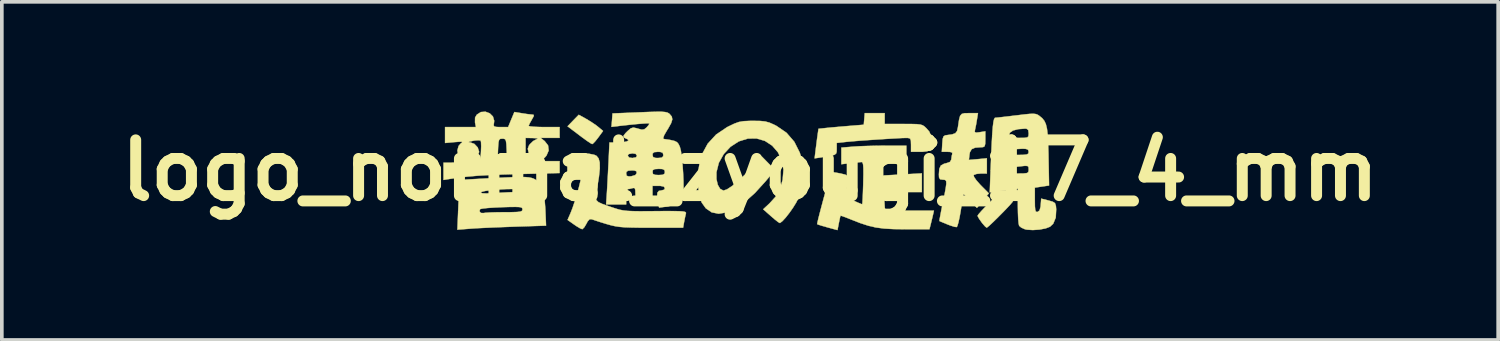
<source format=kicad_pcb>
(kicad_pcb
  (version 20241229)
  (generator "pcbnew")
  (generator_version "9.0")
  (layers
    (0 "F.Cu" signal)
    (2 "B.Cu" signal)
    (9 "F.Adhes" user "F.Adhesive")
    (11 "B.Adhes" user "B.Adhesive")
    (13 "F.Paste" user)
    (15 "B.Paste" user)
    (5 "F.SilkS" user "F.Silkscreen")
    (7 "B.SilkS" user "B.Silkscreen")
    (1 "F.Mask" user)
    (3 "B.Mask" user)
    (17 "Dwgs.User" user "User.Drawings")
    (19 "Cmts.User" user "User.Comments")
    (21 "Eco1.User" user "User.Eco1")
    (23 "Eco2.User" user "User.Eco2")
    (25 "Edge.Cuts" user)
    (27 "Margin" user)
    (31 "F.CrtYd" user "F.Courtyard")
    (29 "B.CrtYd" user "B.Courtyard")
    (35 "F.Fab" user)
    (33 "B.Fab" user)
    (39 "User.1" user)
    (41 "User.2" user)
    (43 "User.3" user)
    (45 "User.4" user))
  (footprint "logo_normal_zyougi_17_4_mm"
    (layer "F.Cu")
    (at 17.461 1.61)
    (property "Reference" "logo_normal_zyougi_17_4_mm" (at 0 0 0) (layer "F.SilkS") (effects (font (size 1.524 1.524) (thickness 0.3))))
    (attr through_hole)
    (fp_poly (pts (xy -4.491 -1.415) (xy -4.344 -1.326) (xy -4.202 -1.229) (xy -4.158 -1.194) (xy -4.019 -1.079) (xy -4.151 -0.899) (xy -4.231 -0.798) (xy -4.294 -0.733) (xy -4.316 -0.72) (xy -4.362 -0.744) (xy -4.458 -0.808) (xy -4.588 -0.902) (xy -4.669 -0.963) (xy -4.99 -1.206) (xy -4.837 -1.364) (xy -4.684 -1.521) (xy -4.491 -1.415)) (stroke (width 0.01) (type solid)) (fill yes) (layer "F.SilkS"))
    (fp_poly (pts (xy 7.013 0.702) (xy 7.112 0.775) (xy 7.18 0.825) (xy 7.194 0.836) (xy 7.174 0.868) (xy 7.107 0.946) (xy 7.006 1.054) (xy 6.885 1.178) (xy 6.759 1.305) (xy 6.641 1.42) (xy 6.545 1.51) (xy 6.484 1.56) (xy 6.472 1.566) (xy 6.432 1.536) (xy 6.364 1.459) (xy 6.334 1.421) (xy 6.266 1.324) (xy 6.227 1.254) (xy 6.223 1.24) (xy 6.251 1.197) (xy 6.328 1.109) (xy 6.44 0.991) (xy 6.536 0.893) (xy 6.85 0.582) (xy 7.013 0.702)) (stroke (width 0.01) (type solid)) (fill yes) (layer "F.SilkS"))
    (fp_poly (pts (xy 3.683 -1.27) (xy 4.194 -1.27) (xy 4.41 -1.269) (xy 4.558 -1.265) (xy 4.657 -1.254) (xy 4.724 -1.233) (xy 4.775 -1.198) (xy 4.829 -1.146) (xy 4.904 -1.059) (xy 4.941 -0.968) (xy 4.953 -0.838) (xy 4.953 -0.791) (xy 4.947 -0.651) (xy 4.918 -0.567) (xy 4.849 -0.524) (xy 4.723 -0.509) (xy 4.611 -0.508) (xy 4.403 -0.508) (xy 4.403 -0.699) (xy 4.399 -0.816) (xy 4.378 -0.871) (xy 4.322 -0.887) (xy 4.265 -0.888) (xy 4.15 -0.885) (xy 3.971 -0.875) (xy 3.747 -0.862) (xy 3.497 -0.846) (xy 3.242 -0.829) (xy 3.001 -0.812) (xy 2.795 -0.795) (xy 2.642 -0.781) (xy 2.614 -0.778) (xy 2.371 -0.751) (xy 2.371 -0.591) (xy 2.369 -0.513) (xy 2.355 -0.462) (xy 2.313 -0.428) (xy 2.228 -0.402) (xy 2.084 -0.377) (xy 1.952 -0.357) (xy 1.766 -0.329) (xy 1.794 -0.556) (xy 1.816 -0.728) (xy 1.838 -0.899) (xy 1.847 -0.961) (xy 1.872 -1.138) (xy 2.089 -1.161) (xy 2.233 -1.175) (xy 2.426 -1.192) (xy 2.636 -1.21) (xy 2.709 -1.216) (xy 3.111 -1.249) (xy 3.138 -1.566) (xy 3.683 -1.566) (xy 3.683 -1.27)) (stroke (width 0.01) (type solid)) (fill yes) (layer "F.SilkS"))
    (fp_poly (pts (xy -4.406 -0.456) (xy -4.263 -0.428) (xy -4.2 -0.4) (xy -4.142 -0.33) (xy -4.111 -0.217) (xy -4.108 -0.051) (xy -4.132 0.178) (xy -4.175 0.439) (xy -4.207 0.613) (xy -4.221 0.731) (xy -4.204 0.811) (xy -4.146 0.868) (xy -4.036 0.919) (xy -3.862 0.98) (xy -3.789 1.005) (xy -3.671 1.044) (xy -3.57 1.074) (xy -3.469 1.094) (xy -3.354 1.107) (xy -3.208 1.114) (xy -3.018 1.117) (xy -2.767 1.116) (xy -2.591 1.114) (xy -2.3 1.112) (xy -2.084 1.113) (xy -1.931 1.116) (xy -1.832 1.123) (xy -1.776 1.135) (xy -1.753 1.152) (xy -1.752 1.175) (xy -1.753 1.178) (xy -1.774 1.266) (xy -1.798 1.389) (xy -1.802 1.408) (xy -1.83 1.566) (xy -2.709 1.566) (xy -3.012 1.566) (xy -3.246 1.562) (xy -3.427 1.556) (xy -3.569 1.544) (xy -3.688 1.526) (xy -3.8 1.501) (xy -3.921 1.467) (xy -3.922 1.467) (xy -4.087 1.416) (xy -4.226 1.371) (xy -4.316 1.34) (xy -4.327 1.336) (xy -4.385 1.333) (xy -4.439 1.392) (xy -4.473 1.456) (xy -4.529 1.552) (xy -4.58 1.604) (xy -4.59 1.607) (xy -4.649 1.583) (xy -4.747 1.524) (xy -4.813 1.479) (xy -4.99 1.354) (xy -4.911 1.174) (xy -4.856 1.034) (xy -4.795 0.853) (xy -4.734 0.654) (xy -4.679 0.458) (xy -4.638 0.29) (xy -4.616 0.17) (xy -4.614 0.143) (xy -4.618 0.079) (xy -4.643 0.051) (xy -4.709 0.053) (xy -4.837 0.081) (xy -4.995 0.118) (xy -4.995 -0.133) (xy -4.992 -0.275) (xy -4.976 -0.356) (xy -4.939 -0.4) (xy -4.887 -0.424) (xy -4.749 -0.455) (xy -4.578 -0.466) (xy -4.406 -0.456)) (stroke (width 0.01) (type solid)) (fill yes) (layer "F.SilkS"))
    (fp_poly (pts (xy 0.278 -1.352) (xy 0.415 -1.338) (xy 0.532 -1.306) (xy 0.659 -1.25) (xy 0.725 -1.216) (xy 0.998 -1.029) (xy 1.211 -0.783) (xy 1.36 -0.486) (xy 1.376 -0.437) (xy 1.423 -0.201) (xy 1.435 0.08) (xy 1.414 0.371) (xy 1.361 0.639) (xy 1.321 0.762) (xy 1.263 0.879) (xy 1.177 1.018) (xy 1.076 1.162) (xy 0.974 1.292) (xy 0.884 1.389) (xy 0.821 1.437) (xy 0.812 1.438) (xy 0.768 1.412) (xy 0.68 1.343) (xy 0.572 1.25) (xy 0.36 1.063) (xy 0.533 0.902) (xy 0.703 0.715) (xy 0.816 0.513) (xy 0.891 0.261) (xy 0.892 0.257) (xy 0.915 -0.018) (xy 0.869 -0.272) (xy 0.763 -0.496) (xy 0.606 -0.677) (xy 0.407 -0.807) (xy 0.175 -0.874) (xy -0.058 -0.871) (xy -0.308 -0.793) (xy -0.534 -0.646) (xy -0.72 -0.446) (xy -0.853 -0.208) (xy -0.918 0.05) (xy -0.918 0.237) (xy -0.882 0.394) (xy -0.818 0.504) (xy -0.731 0.55) (xy -0.722 0.55) (xy -0.63 0.519) (xy -0.496 0.431) (xy -0.33 0.295) (xy -0.144 0.12) (xy 0.046 -0.078) (xy 0.322 -0.38) (xy 0.503 -0.196) (xy 0.684 -0.011) (xy 0.422 0.301) (xy 0.135 0.617) (xy -0.141 0.864) (xy -0.4 1.042) (xy -0.64 1.149) (xy -0.857 1.185) (xy -1.048 1.147) (xy -1.209 1.036) (xy -1.322 0.878) (xy -1.381 0.707) (xy -1.414 0.48) (xy -1.423 0.223) (xy -1.407 -0.038) (xy -1.365 -0.28) (xy -1.319 -0.43) (xy -1.157 -0.73) (xy -0.928 -0.98) (xy -0.63 -1.181) (xy -0.585 -1.204) (xy -0.429 -1.279) (xy -0.304 -1.324) (xy -0.178 -1.346) (xy -0.017 -1.354) (xy 0.087 -1.355) (xy 0.278 -1.352)) (stroke (width 0.01) (type solid)) (fill yes) (layer "F.SilkS"))
    (fp_poly (pts (xy -6.138 0.183) (xy -6.042 0.192) (xy -5.97 0.207) (xy -5.911 0.228) (xy -5.8 0.294) (xy -5.717 0.393) (xy -5.66 0.538) (xy -5.622 0.741) (xy -5.6 1.014) (xy -5.597 1.062) (xy -5.578 1.511) (xy -6.44 1.538) (xy -6.73 1.549) (xy -7.016 1.56) (xy -7.279 1.572) (xy -7.498 1.583) (xy -7.652 1.594) (xy -7.653 1.594) (xy -8.003 1.621) (xy -7.982 1.116) (xy -7.399 1.116) (xy -7.362 1.163) (xy -7.295 1.167) (xy -7.295 1.167) (xy -7.229 1.158) (xy -7.099 1.15) (xy -6.922 1.145) (xy -6.728 1.143) (xy -6.513 1.142) (xy -6.37 1.137) (xy -6.283 1.127) (xy -6.239 1.109) (xy -6.224 1.081) (xy -6.223 1.065) (xy -6.229 1.034) (xy -6.254 1.013) (xy -6.313 1.002) (xy -6.418 0.998) (xy -6.583 1) (xy -6.784 1.006) (xy -6.995 1.016) (xy -7.175 1.028) (xy -7.308 1.043) (xy -7.377 1.057) (xy -7.381 1.059) (xy -7.399 1.116) (xy -7.982 1.116) (xy -7.975 0.948) (xy -7.965 0.719) (xy -7.959 0.605) (xy -7.366 0.605) (xy -7.325 0.625) (xy -7.206 0.63) (xy -7.013 0.623) (xy -6.978 0.62) (xy -6.78 0.608) (xy -6.59 0.598) (xy -6.441 0.593) (xy -6.407 0.593) (xy -6.296 0.584) (xy -6.23 0.562) (xy -6.223 0.55) (xy -6.261 0.528) (xy -6.361 0.512) (xy -6.471 0.508) (xy -6.687 0.512) (xy -6.898 0.524) (xy -7.088 0.541) (xy -7.24 0.562) (xy -7.338 0.586) (xy -7.366 0.605) (xy -7.959 0.605) (xy -7.956 0.523) (xy -7.948 0.372) (xy -7.942 0.283) (xy -7.939 0.265) (xy -7.897 0.26) (xy -7.782 0.252) (xy -7.607 0.241) (xy -7.384 0.229) (xy -7.125 0.215) (xy -7 0.209) (xy -6.688 0.194) (xy -6.449 0.184) (xy -6.27 0.181) (xy -6.138 0.183)) (stroke (width 0.01) (type solid)) (fill yes) (layer "F.SilkS"))
    (fp_poly (pts (xy 4.276 -0.296) (xy 3.641 -0.296) (xy 3.641 0.139) (xy 4.17 0.11) (xy 4.699 0.081) (xy 4.699 0.593) (xy 4.198 0.593) (xy 4.001 0.594) (xy 3.838 0.598) (xy 3.725 0.603) (xy 3.679 0.61) (xy 3.672 0.659) (xy 3.672 0.765) (xy 3.676 0.864) (xy 3.691 1.101) (xy 5.03 1.101) (xy 5.008 1.196) (xy 4.983 1.302) (xy 4.951 1.434) (xy 4.947 1.45) (xy 4.907 1.609) (xy 4.242 1.609) (xy 3.924 1.605) (xy 3.665 1.59) (xy 3.443 1.561) (xy 3.233 1.512) (xy 3.01 1.439) (xy 2.755 1.339) (xy 2.619 1.285) (xy 2.519 1.249) (xy 2.475 1.238) (xy 2.475 1.238) (xy 2.462 1.282) (xy 2.441 1.382) (xy 2.429 1.441) (xy 2.392 1.632) (xy 2.122 1.559) (xy 1.982 1.519) (xy 1.879 1.487) (xy 1.836 1.469) (xy 1.843 1.427) (xy 1.868 1.319) (xy 1.908 1.162) (xy 1.958 0.972) (xy 2.013 0.766) (xy 2.07 0.559) (xy 2.124 0.368) (xy 2.171 0.208) (xy 2.205 0.097) (xy 2.223 0.049) (xy 2.224 0.049) (xy 2.269 0.049) (xy 2.372 0.065) (xy 2.473 0.084) (xy 2.606 0.116) (xy 2.681 0.158) (xy 2.706 0.227) (xy 2.689 0.341) (xy 2.647 0.489) (xy 2.614 0.607) (xy 2.595 0.686) (xy 2.594 0.704) (xy 2.643 0.733) (xy 2.737 0.782) (xy 2.852 0.837) (xy 2.963 0.886) (xy 3.043 0.919) (xy 3.068 0.925) (xy 3.074 0.879) (xy 3.081 0.765) (xy 3.088 0.599) (xy 3.095 0.395) (xy 3.096 0.339) (xy 3.101 0.105) (xy 3.1 -0.056) (xy 3.093 -0.157) (xy 3.079 -0.21) (xy 3.057 -0.229) (xy 3.047 -0.229) (xy 2.973 -0.222) (xy 2.846 -0.209) (xy 2.741 -0.197) (xy 2.498 -0.169) (xy 2.498 -0.623) (xy 2.822 -0.65) (xy 2.994 -0.661) (xy 3.22 -0.669) (xy 3.472 -0.675) (xy 3.711 -0.677) (xy 4.276 -0.677) (xy 4.276 -0.296)) (stroke (width 0.01) (type solid)) (fill yes) (layer "F.SilkS"))
    (fp_poly (pts (xy 5.998 -1.566) (xy 6.234 -1.566) (xy 6.205 -1.386) (xy 6.182 -1.25) (xy 6.158 -1.134) (xy 6.153 -1.113) (xy 6.146 -1.053) (xy 6.178 -1.033) (xy 6.272 -1.043) (xy 6.282 -1.045) (xy 6.435 -1.069) (xy 6.435 -0.852) (xy 6.432 -0.725) (xy 6.415 -0.66) (xy 6.374 -0.637) (xy 6.318 -0.634) (xy 6.157 -0.622) (xy 6.062 -0.581) (xy 6.014 -0.498) (xy 6.002 -0.435) (xy 5.985 -0.286) (xy 6.231 -0.308) (xy 6.477 -0.331) (xy 6.477 0.085) (xy 6.31 0.085) (xy 6.197 0.096) (xy 6.123 0.122) (xy 6.115 0.131) (xy 6.128 0.181) (xy 6.191 0.272) (xy 6.29 0.384) (xy 6.308 0.403) (xy 6.531 0.628) (xy 6.368 0.826) (xy 6.206 1.025) (xy 6.024 0.832) (xy 5.929 0.734) (xy 5.861 0.667) (xy 5.837 0.648) (xy 5.829 0.69) (xy 5.811 0.799) (xy 5.786 0.956) (xy 5.763 1.097) (xy 5.731 1.28) (xy 5.698 1.428) (xy 5.669 1.523) (xy 5.652 1.55) (xy 5.591 1.542) (xy 5.482 1.508) (xy 5.398 1.476) (xy 5.279 1.427) (xy 5.199 1.393) (xy 5.179 1.383) (xy 5.184 1.341) (xy 5.204 1.233) (xy 5.234 1.075) (xy 5.272 0.889) (xy 5.322 0.647) (xy 5.353 0.476) (xy 5.368 0.364) (xy 5.365 0.298) (xy 5.344 0.265) (xy 5.306 0.255) (xy 5.271 0.254) (xy 5.198 0.243) (xy 5.169 0.192) (xy 5.165 0.109) (xy 5.176 -0.043) (xy 5.219 -0.134) (xy 5.307 -0.182) (xy 5.359 -0.194) (xy 5.468 -0.232) (xy 5.503 -0.294) (xy 5.503 -0.298) (xy 5.518 -0.404) (xy 5.529 -0.441) (xy 5.53 -0.486) (xy 5.474 -0.505) (xy 5.4 -0.508) (xy 5.245 -0.508) (xy 5.258 -0.73) (xy 5.269 -0.861) (xy 5.292 -0.929) (xy 5.336 -0.958) (xy 5.376 -0.964) (xy 5.528 -0.985) (xy 5.616 -1.017) (xy 5.662 -1.077) (xy 5.686 -1.181) (xy 5.691 -1.217) (xy 5.717 -1.387) (xy 5.745 -1.491) (xy 5.79 -1.544) (xy 5.866 -1.564) (xy 5.988 -1.566) (xy 5.998 -1.566)) (stroke (width 0.01) (type solid)) (fill yes) (layer "F.SilkS"))
    (fp_poly (pts (xy 7.822 -1.54) (xy 7.873 -1.519) (xy 7.915 -1.49) (xy 7.991 -1.427) (xy 8.049 -1.355) (xy 8.091 -1.264) (xy 8.121 -1.14) (xy 8.141 -0.971) (xy 8.153 -0.744) (xy 8.162 -0.448) (xy 8.163 -0.376) (xy 8.178 0.413) (xy 7.984 0.442) (xy 7.789 0.471) (xy 7.789 0.81) (xy 7.791 0.979) (xy 7.8 1.079) (xy 7.818 1.127) (xy 7.85 1.137) (xy 7.863 1.135) (xy 7.917 1.096) (xy 7.946 0.994) (xy 7.95 0.946) (xy 7.963 0.772) (xy 8.162 0.822) (xy 8.281 0.857) (xy 8.341 0.897) (xy 8.365 0.969) (xy 8.373 1.063) (xy 8.361 1.29) (xy 8.292 1.457) (xy 8.204 1.54) (xy 8.085 1.586) (xy 7.917 1.618) (xy 7.735 1.631) (xy 7.575 1.621) (xy 7.518 1.609) (xy 7.418 1.564) (xy 7.36 1.515) (xy 7.346 1.453) (xy 7.334 1.325) (xy 7.327 1.152) (xy 7.324 0.98) (xy 7.324 0.5) (xy 7.101 0.527) (xy 6.935 0.548) (xy 6.774 0.57) (xy 6.717 0.577) (xy 6.556 0.601) (xy 6.578 0) (xy 7.027 0) (xy 7.035 0.044) (xy 7.071 0.07) (xy 7.154 0.082) (xy 7.3 0.085) (xy 7.324 0.085) (xy 7.478 0.083) (xy 7.567 0.074) (xy 7.608 0.051) (xy 7.619 0.007) (xy 7.62 -0.027) (xy 7.616 -0.091) (xy 7.589 -0.121) (xy 7.519 -0.125) (xy 7.398 -0.112) (xy 7.256 -0.097) (xy 7.141 -0.087) (xy 7.101 -0.085) (xy 7.039 -0.05) (xy 7.027 0) (xy 6.578 0) (xy 6.581 -0.07) (xy 6.597 -0.462) (xy 6.598 -0.482) (xy 7.027 -0.482) (xy 7.05 -0.449) (xy 7.127 -0.431) (xy 7.272 -0.424) (xy 7.324 -0.423) (xy 7.479 -0.426) (xy 7.569 -0.436) (xy 7.609 -0.459) (xy 7.62 -0.501) (xy 7.62 -0.508) (xy 7.605 -0.564) (xy 7.546 -0.588) (xy 7.456 -0.593) (xy 7.265 -0.582) (xy 7.122 -0.554) (xy 7.041 -0.511) (xy 7.027 -0.482) (xy 6.598 -0.482) (xy 6.612 -0.777) (xy 6.622 -0.949) (xy 7.091 -0.949) (xy 7.117 -0.912) (xy 7.195 -0.894) (xy 7.339 -0.889) (xy 7.373 -0.889) (xy 7.511 -0.891) (xy 7.585 -0.903) (xy 7.614 -0.936) (xy 7.62 -1.001) (xy 7.62 -1.016) (xy 7.608 -1.107) (xy 7.56 -1.14) (xy 7.525 -1.143) (xy 7.335 -1.128) (xy 7.191 -1.091) (xy 7.11 -1.035) (xy 7.099 -1.014) (xy 7.091 -0.949) (xy 6.622 -0.949) (xy 6.626 -1.022) (xy 6.641 -1.203) (xy 6.657 -1.328) (xy 6.675 -1.403) (xy 6.695 -1.436) (xy 6.704 -1.439) (xy 6.764 -1.444) (xy 6.889 -1.458) (xy 7.063 -1.478) (xy 7.266 -1.503) (xy 7.281 -1.504) (xy 7.501 -1.531) (xy 7.653 -1.546) (xy 7.755 -1.549) (xy 7.822 -1.54)) (stroke (width 0.01) (type solid)) (fill yes) (layer "F.SilkS"))
    (fp_poly (pts (xy -7.118 -1.561) (xy -7.031 -1.475) (xy -6.996 -1.357) (xy -7.001 -1.308) (xy -7.011 -1.235) (xy -6.992 -1.199) (xy -6.922 -1.187) (xy -6.82 -1.185) (xy -6.615 -1.185) (xy -6.53 -1.391) (xy -6.444 -1.597) (xy -6.238 -1.563) (xy -6.102 -1.542) (xy -5.991 -1.529) (xy -5.959 -1.527) (xy -5.915 -1.518) (xy -5.915 -1.484) (xy -5.96 -1.402) (xy -5.969 -1.386) (xy -6.024 -1.289) (xy -6.052 -1.224) (xy -6.054 -1.217) (xy -6.014 -1.204) (xy -5.908 -1.193) (xy -5.753 -1.187) (xy -5.63 -1.185) (xy -5.207 -1.185) (xy -5.207 -0.889) (xy -5.726 -0.889) (xy -5.615 -0.801) (xy -5.523 -0.683) (xy -5.506 -0.545) (xy -5.566 -0.406) (xy -5.607 -0.358) (xy -5.711 -0.254) (xy -5.207 -0.254) (xy -5.207 0.072) (xy -6.297 0.099) (xy -6.743 0.111) (xy -7.119 0.127) (xy -7.439 0.145) (xy -7.718 0.169) (xy -7.97 0.198) (xy -8.21 0.233) (xy -8.223 0.235) (xy -8.382 0.261) (xy -8.382 -0.212) (xy -8.174 -0.212) (xy -8.037 -0.217) (xy -7.928 -0.23) (xy -7.897 -0.238) (xy -7.855 -0.264) (xy -7.88 -0.3) (xy -7.914 -0.325) (xy -7.984 -0.42) (xy -8.003 -0.546) (xy -7.97 -0.668) (xy -7.912 -0.735) (xy -7.871 -0.768) (xy -7.873 -0.772) (xy -7.696 -0.772) (xy -7.654 -0.767) (xy -7.538 -0.725) (xy -7.447 -0.628) (xy -7.408 -0.507) (xy -7.408 -0.502) (xy -7.439 -0.427) (xy -7.515 -0.346) (xy -7.52 -0.342) (xy -7.631 -0.254) (xy -7.502 -0.254) (xy -6.904 -0.254) (xy -6.643 -0.254) (xy -6.138 -0.254) (xy -6.001 -0.255) (xy -5.913 -0.26) (xy -5.898 -0.278) (xy -5.936 -0.312) (xy -6.004 -0.391) (xy -6.054 -0.488) (xy -6.078 -0.591) (xy -6.046 -0.68) (xy -6.02 -0.716) (xy -5.93 -0.803) (xy -5.838 -0.852) (xy -5.798 -0.869) (xy -5.834 -0.88) (xy -5.937 -0.885) (xy -6.138 -0.889) (xy -6.138 -0.254) (xy -6.643 -0.254) (xy -6.655 -0.561) (xy -6.663 -0.719) (xy -6.676 -0.811) (xy -6.7 -0.854) (xy -6.743 -0.867) (xy -6.773 -0.868) (xy -6.828 -0.863) (xy -6.861 -0.837) (xy -6.878 -0.772) (xy -6.888 -0.648) (xy -6.892 -0.561) (xy -6.904 -0.254) (xy -7.502 -0.254) (xy -7.432 -0.258) (xy -7.392 -0.281) (xy -7.372 -0.344) (xy -7.36 -0.466) (xy -7.357 -0.519) (xy -7.352 -0.662) (xy -7.356 -0.77) (xy -7.365 -0.814) (xy -7.418 -0.825) (xy -7.523 -0.818) (xy -7.579 -0.808) (xy -7.679 -0.785) (xy -7.696 -0.772) (xy -7.873 -0.772) (xy -7.878 -0.784) (xy -7.946 -0.784) (xy -8.081 -0.774) (xy -8.34 -0.75) (xy -8.34 -1.185) (xy -7.495 -1.185) (xy -7.521 -1.313) (xy -7.519 -1.445) (xy -7.471 -1.525) (xy -7.36 -1.596) (xy -7.235 -1.605) (xy -7.118 -1.561)) (stroke (width 0.01) (type solid)) (fill yes) (layer "F.SilkS"))
    (fp_poly (pts (xy -2.415 -1.604) (xy -2.322 -1.596) (xy -2.261 -1.582) (xy -2.219 -1.56) (xy -2.2 -1.544) (xy -2.14 -1.473) (xy -2.125 -1.395) (xy -2.157 -1.293) (xy -2.238 -1.147) (xy -2.267 -1.101) (xy -2.348 -0.962) (xy -2.375 -0.881) (xy -2.362 -0.86) (xy -2.182 -0.833) (xy -2.067 -0.806) (xy -1.997 -0.772) (xy -1.954 -0.72) (xy -1.918 -0.643) (xy -1.891 -0.54) (xy -1.867 -0.373) (xy -1.846 -0.165) (xy -1.83 0.063) (xy -1.82 0.29) (xy -1.818 0.494) (xy -1.824 0.653) (xy -1.835 0.731) (xy -1.904 0.851) (xy -2.043 0.936) (xy -2.256 0.987) (xy -2.27 0.989) (xy -2.487 1.017) (xy -2.513 0.884) (xy -2.54 0.715) (xy -2.534 0.611) (xy -2.494 0.561) (xy -2.434 0.55) (xy -2.349 0.528) (xy -2.328 0.487) (xy -2.356 0.443) (xy -2.449 0.424) (xy -2.498 0.423) (xy -2.667 0.423) (xy -2.667 0.847) (xy -3.133 0.847) (xy -3.133 0.652) (xy -3.138 0.533) (xy -3.157 0.482) (xy -3.197 0.481) (xy -3.2 0.482) (xy -3.295 0.506) (xy -3.327 0.508) (xy -3.365 0.535) (xy -3.384 0.623) (xy -3.387 0.72) (xy -3.387 0.931) (xy -3.936 0.931) (xy -3.915 0.624) (xy -3.905 0.457) (xy -3.893 0.235) (xy -3.885 0.087) (xy -3.387 0.087) (xy -3.373 0.147) (xy -3.315 0.165) (xy -3.249 0.161) (xy -3.136 0.128) (xy -3.098 0.074) (xy -3.103 0.042) (xy -2.667 0.042) (xy -2.653 0.098) (xy -2.595 0.122) (xy -2.498 0.127) (xy -2.387 0.12) (xy -2.338 0.091) (xy -2.328 0.042) (xy -2.343 -0.013) (xy -2.4 -0.038) (xy -2.498 -0.042) (xy -2.608 -0.035) (xy -2.657 -0.007) (xy -2.667 0.042) (xy -3.103 0.042) (xy -3.105 0.024) (xy -3.166 0.003) (xy -3.235 0) (xy -3.338 0.009) (xy -3.381 0.044) (xy -3.387 0.087) (xy -3.885 0.087) (xy -3.88 -0.011) (xy -3.869 -0.222) (xy -3.861 -0.402) (xy -3.344 -0.402) (xy -3.306 -0.352) (xy -3.217 -0.339) (xy -3.117 -0.358) (xy -3.09 -0.402) (xy -3.106 -0.423) (xy -2.667 -0.423) (xy -2.65 -0.365) (xy -2.586 -0.341) (xy -2.519 -0.339) (xy -2.417 -0.348) (xy -2.376 -0.385) (xy -2.371 -0.423) (xy -2.387 -0.482) (xy -2.452 -0.505) (xy -2.519 -0.508) (xy -2.621 -0.499) (xy -2.662 -0.462) (xy -2.667 -0.423) (xy -3.106 -0.423) (xy -3.128 -0.453) (xy -3.217 -0.466) (xy -3.318 -0.447) (xy -3.344 -0.402) (xy -3.861 -0.402) (xy -3.844 -0.762) (xy -3.626 -0.763) (xy -3.475 -0.771) (xy -3.37 -0.792) (xy -3.324 -0.82) (xy -3.346 -0.852) (xy -3.381 -0.866) (xy -3.452 -0.899) (xy -3.461 -0.944) (xy -3.408 -1.016) (xy -3.348 -1.076) (xy -3.262 -1.15) (xy -3.191 -1.172) (xy -3.096 -1.152) (xy -3.068 -1.143) (xy -2.96 -1.114) (xy -2.891 -1.124) (xy -2.823 -1.179) (xy -2.767 -1.247) (xy -2.754 -1.284) (xy -2.803 -1.288) (xy -2.923 -1.281) (xy -3.098 -1.267) (xy -3.315 -1.245) (xy -3.56 -1.218) (xy -3.62 -1.21) (xy -3.789 -1.19) (xy -3.774 -1.374) (xy -3.76 -1.558) (xy -3.021 -1.588) (xy -2.752 -1.599) (xy -2.555 -1.604) (xy -2.415 -1.604)) (stroke (width 0.01) (type solid)) (fill yes) (layer "F.SilkS")))
  (gr_rect
    (start -3 -3)
    (end 37.921 6.247)
    (stroke (width 0.1) (type default))
    (fill no)
    (layer "Edge.Cuts")))
</source>
